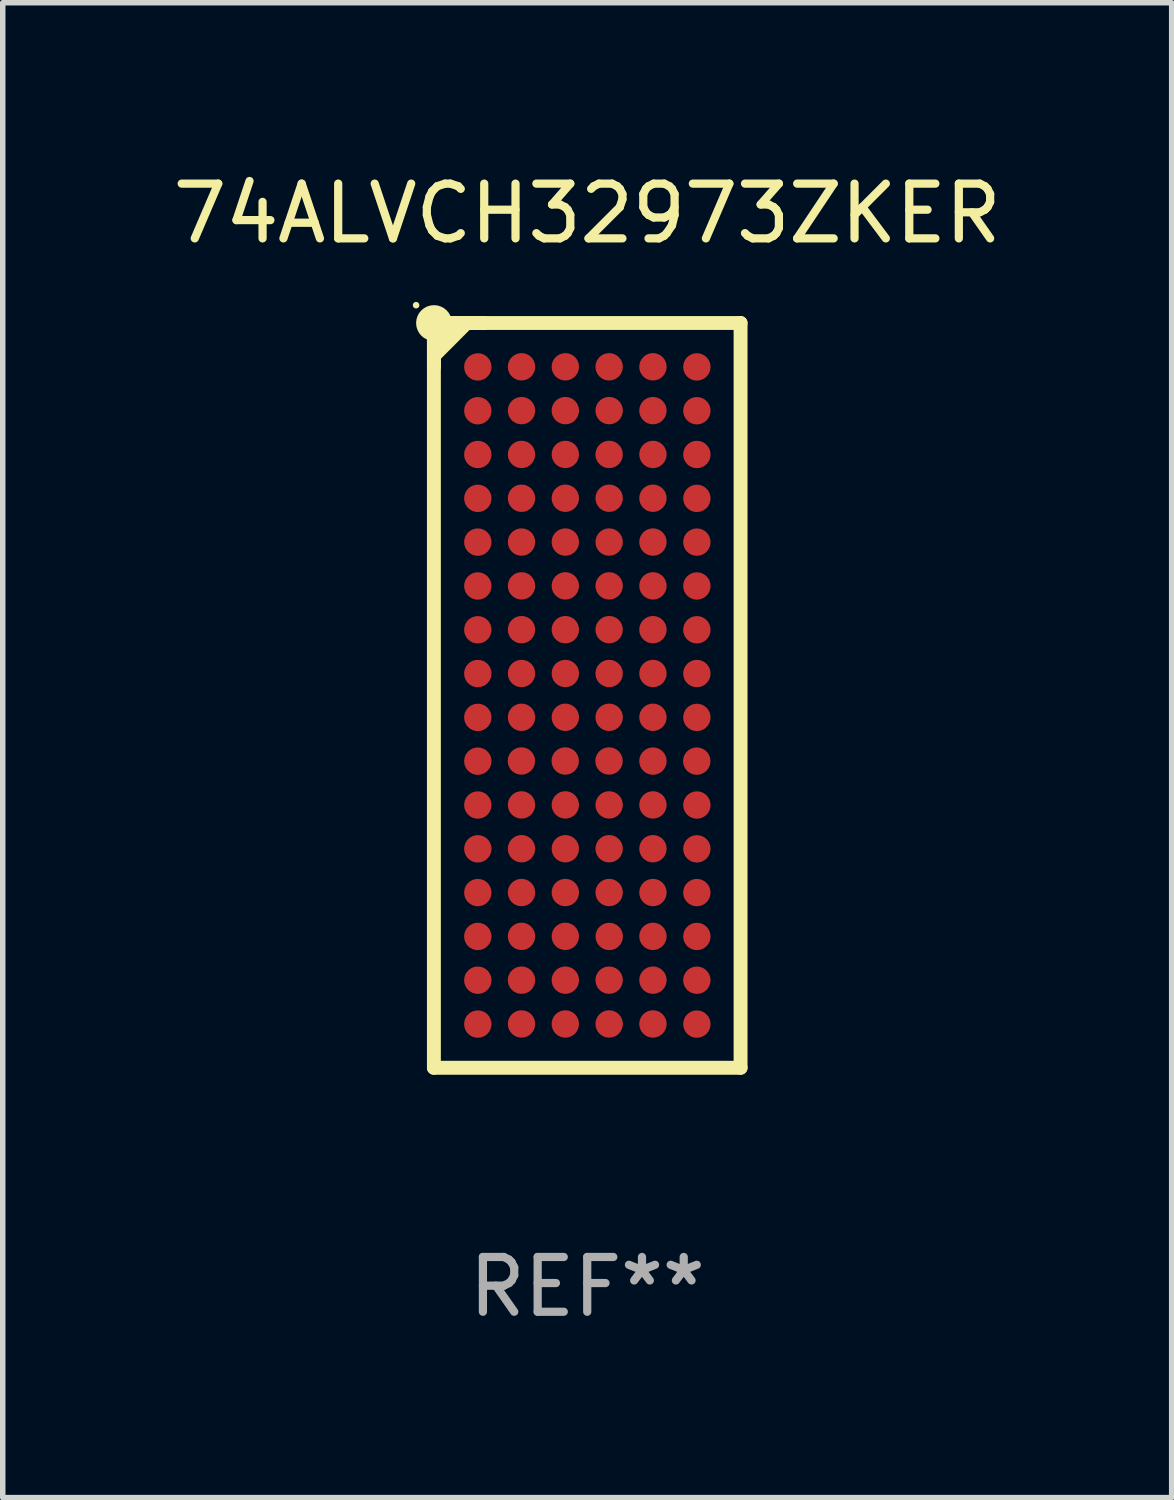
<source format=kicad_pcb>
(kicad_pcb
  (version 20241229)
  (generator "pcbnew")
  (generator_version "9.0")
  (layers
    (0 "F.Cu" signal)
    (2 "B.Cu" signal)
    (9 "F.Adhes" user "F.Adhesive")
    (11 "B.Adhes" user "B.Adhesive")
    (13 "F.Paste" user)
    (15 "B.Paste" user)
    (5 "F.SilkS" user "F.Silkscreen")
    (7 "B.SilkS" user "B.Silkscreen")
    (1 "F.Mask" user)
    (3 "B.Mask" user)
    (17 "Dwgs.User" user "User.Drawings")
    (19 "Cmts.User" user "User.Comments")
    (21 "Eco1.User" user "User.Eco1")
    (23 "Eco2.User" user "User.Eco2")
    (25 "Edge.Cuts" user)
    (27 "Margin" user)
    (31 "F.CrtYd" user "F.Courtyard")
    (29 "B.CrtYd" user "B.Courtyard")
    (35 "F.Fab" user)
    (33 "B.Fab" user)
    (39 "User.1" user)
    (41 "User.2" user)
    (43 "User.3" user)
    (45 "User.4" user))
  (footprint "74ALVCH32973ZKER"
    (layer "F.Cu")
    (at 7.673 9.648)
    (property "Reference" "74ALVCH32973ZKER" (at 0 -8.8 0) (layer "F.SilkS") (effects (font (size 1 1) (thickness 0.15))))
    (attr through_hole)
    (fp_line (start -2.8 -6.8) (end 2.8 -6.8) (stroke (width 0.254) (type solid)) (layer "F.SilkS"))
    (fp_line (start -2.8 6.8) (end -2.8 -6.8) (stroke (width 0.254) (type solid)) (layer "F.SilkS"))
    (fp_line (start -2.799 -6.8) (end -2.799 -6.2) (stroke (width 0.254) (type solid)) (layer "F.SilkS"))
    (fp_line (start -2.799 -6.5) (end -2.4 -6.8) (stroke (width 0.254) (type solid)) (layer "F.SilkS"))
    (fp_line (start -2.799 -6.2) (end -2.202 -6.8) (stroke (width 0.254) (type solid)) (layer "F.SilkS"))
    (fp_line (start -2.799 -5.999) (end -2.799 -6.5) (stroke (width 0.254) (type solid)) (layer "F.SilkS"))
    (fp_line (start -2.202 -6.8) (end -1.999 -6.8) (stroke (width 0.254) (type solid)) (layer "F.SilkS"))
    (fp_line (start -1.9 -6.8) (end -1.9 -6.8) (stroke (width 0.254) (type solid)) (layer "F.SilkS"))
    (fp_line (start -1.9 -6.8) (end -2.799 -6.8) (stroke (width 0.254) (type solid)) (layer "F.SilkS"))
    (fp_line (start 2.8 -6.8) (end 2.8 6.8) (stroke (width 0.254) (type solid)) (layer "F.SilkS"))
    (fp_line (start 2.8 6.8) (end -2.8 6.8) (stroke (width 0.254) (type solid)) (layer "F.SilkS"))
    (fp_circle (center -3.125 -7.125) (end -3.095 -7.125) (stroke (width 0.06) (type solid)) (fill no) (layer "F.SilkS"))
    (fp_circle (center -2.798 -6.799) (end -2.598 -6.799) (stroke (width 0.254) (type solid)) (fill no) (layer "F.SilkS"))
    (fp_text user "REF**" (at 0 10.8 0) (layer "F.Fab") (effects (font (size 1 1) (thickness 0.15))))
    (pad "A1" smd circle (at -1.998 -5.998) (size 0.5 0.5) (layers "F.Cu" "F.Mask" "F.Paste"))
    (pad "A2" smd circle (at -1.2 -6) (size 0.5 0.5) (layers "F.Cu" "F.Mask" "F.Paste"))
    (pad "A3" smd circle (at -0.4 -6) (size 0.5 0.5) (layers "F.Cu" "F.Mask" "F.Paste"))
    (pad "A4" smd circle (at 0.4 -6) (size 0.5 0.5) (layers "F.Cu" "F.Mask" "F.Paste"))
    (pad "A5" smd circle (at 1.2 -6) (size 0.5 0.5) (layers "F.Cu" "F.Mask" "F.Paste"))
    (pad "A6" smd circle (at 2.002 -5.998) (size 0.5 0.5) (layers "F.Cu" "F.Mask" "F.Paste"))
    (pad "B1" smd circle (at -1.998 -5.198) (size 0.5 0.5) (layers "F.Cu" "F.Mask" "F.Paste"))
    (pad "B2" smd circle (at -1.2 -5.2) (size 0.5 0.5) (layers "F.Cu" "F.Mask" "F.Paste"))
    (pad "B3" smd circle (at -0.4 -5.2) (size 0.5 0.5) (layers "F.Cu" "F.Mask" "F.Paste"))
    (pad "B4" smd circle (at 0.4 -5.2) (size 0.5 0.5) (layers "F.Cu" "F.Mask" "F.Paste"))
    (pad "B5" smd circle (at 1.2 -5.2) (size 0.5 0.5) (layers "F.Cu" "F.Mask" "F.Paste"))
    (pad "B6" smd circle (at 2.002 -5.198) (size 0.5 0.5) (layers "F.Cu" "F.Mask" "F.Paste"))
    (pad "C1" smd circle (at -1.998 -4.399) (size 0.5 0.5) (layers "F.Cu" "F.Mask" "F.Paste"))
    (pad "C2" smd circle (at -1.2 -4.4) (size 0.5 0.5) (layers "F.Cu" "F.Mask" "F.Paste"))
    (pad "C3" smd circle (at -0.4 -4.4) (size 0.5 0.5) (layers "F.Cu" "F.Mask" "F.Paste"))
    (pad "C4" smd circle (at 0.4 -4.4) (size 0.5 0.5) (layers "F.Cu" "F.Mask" "F.Paste"))
    (pad "C5" smd circle (at 1.2 -4.4) (size 0.5 0.5) (layers "F.Cu" "F.Mask" "F.Paste"))
    (pad "C6" smd circle (at 2.002 -4.399) (size 0.5 0.5) (layers "F.Cu" "F.Mask" "F.Paste"))
    (pad "D1" smd circle (at -1.998 -3.598) (size 0.5 0.5) (layers "F.Cu" "F.Mask" "F.Paste"))
    (pad "D2" smd circle (at -1.2 -3.6) (size 0.5 0.5) (layers "F.Cu" "F.Mask" "F.Paste"))
    (pad "D3" smd circle (at -0.4 -3.6) (size 0.5 0.5) (layers "F.Cu" "F.Mask" "F.Paste"))
    (pad "D4" smd circle (at 0.4 -3.6) (size 0.5 0.5) (layers "F.Cu" "F.Mask" "F.Paste"))
    (pad "D5" smd circle (at 1.2 -3.6) (size 0.5 0.5) (layers "F.Cu" "F.Mask" "F.Paste"))
    (pad "D6" smd circle (at 2.002 -3.598) (size 0.5 0.5) (layers "F.Cu" "F.Mask" "F.Paste"))
    (pad "E1" smd circle (at -1.998 -2.799) (size 0.5 0.5) (layers "F.Cu" "F.Mask" "F.Paste"))
    (pad "E2" smd circle (at -1.2 -2.8) (size 0.5 0.5) (layers "F.Cu" "F.Mask" "F.Paste"))
    (pad "E3" smd circle (at -0.4 -2.8) (size 0.5 0.5) (layers "F.Cu" "F.Mask" "F.Paste"))
    (pad "E4" smd circle (at 0.4 -2.8) (size 0.5 0.5) (layers "F.Cu" "F.Mask" "F.Paste"))
    (pad "E5" smd circle (at 1.2 -2.8) (size 0.5 0.5) (layers "F.Cu" "F.Mask" "F.Paste"))
    (pad "E6" smd circle (at 2.002 -2.799) (size 0.5 0.5) (layers "F.Cu" "F.Mask" "F.Paste"))
    (pad "F1" smd circle (at -1.998 -1.998) (size 0.5 0.5) (layers "F.Cu" "F.Mask" "F.Paste"))
    (pad "F2" smd circle (at -1.2 -2) (size 0.5 0.5) (layers "F.Cu" "F.Mask" "F.Paste"))
    (pad "F3" smd circle (at -0.4 -2) (size 0.5 0.5) (layers "F.Cu" "F.Mask" "F.Paste"))
    (pad "F4" smd circle (at 0.4 -2) (size 0.5 0.5) (layers "F.Cu" "F.Mask" "F.Paste"))
    (pad "F5" smd circle (at 1.2 -2) (size 0.5 0.5) (layers "F.Cu" "F.Mask" "F.Paste"))
    (pad "F6" smd circle (at 2.002 -1.998) (size 0.5 0.5) (layers "F.Cu" "F.Mask" "F.Paste"))
    (pad "G1" smd circle (at -1.998 -1.198) (size 0.5 0.5) (layers "F.Cu" "F.Mask" "F.Paste"))
    (pad "G2" smd circle (at -1.2 -1.2) (size 0.5 0.5) (layers "F.Cu" "F.Mask" "F.Paste"))
    (pad "G3" smd circle (at -0.4 -1.2) (size 0.5 0.5) (layers "F.Cu" "F.Mask" "F.Paste"))
    (pad "G4" smd circle (at 0.4 -1.2) (size 0.5 0.5) (layers "F.Cu" "F.Mask" "F.Paste"))
    (pad "G5" smd circle (at 1.2 -1.2) (size 0.5 0.5) (layers "F.Cu" "F.Mask" "F.Paste"))
    (pad "G6" smd circle (at 2.002 -1.198) (size 0.5 0.5) (layers "F.Cu" "F.Mask" "F.Paste"))
    (pad "H1" smd circle (at -1.998 -0.399) (size 0.5 0.5) (layers "F.Cu" "F.Mask" "F.Paste"))
    (pad "H2" smd circle (at -1.2 -0.4) (size 0.5 0.5) (layers "F.Cu" "F.Mask" "F.Paste"))
    (pad "H3" smd circle (at -0.4 -0.4) (size 0.5 0.5) (layers "F.Cu" "F.Mask" "F.Paste"))
    (pad "H4" smd circle (at 0.4 -0.4) (size 0.5 0.5) (layers "F.Cu" "F.Mask" "F.Paste"))
    (pad "H5" smd circle (at 1.2 -0.4) (size 0.5 0.5) (layers "F.Cu" "F.Mask" "F.Paste"))
    (pad "H6" smd circle (at 2.002 -0.399) (size 0.5 0.5) (layers "F.Cu" "F.Mask" "F.Paste"))
    (pad "J1" smd circle (at -1.998 0.402) (size 0.5 0.5) (layers "F.Cu" "F.Mask" "F.Paste"))
    (pad "J2" smd circle (at -1.2 0.4) (size 0.5 0.5) (layers "F.Cu" "F.Mask" "F.Paste"))
    (pad "J3" smd circle (at -0.4 0.4) (size 0.5 0.5) (layers "F.Cu" "F.Mask" "F.Paste"))
    (pad "J4" smd circle (at 0.4 0.4) (size 0.5 0.5) (layers "F.Cu" "F.Mask" "F.Paste"))
    (pad "J5" smd circle (at 1.2 0.4) (size 0.5 0.5) (layers "F.Cu" "F.Mask" "F.Paste"))
    (pad "J6" smd circle (at 2.002 0.402) (size 0.5 0.5) (layers "F.Cu" "F.Mask" "F.Paste"))
    (pad "K1" smd circle (at -1.998 1.201) (size 0.5 0.5) (layers "F.Cu" "F.Mask" "F.Paste"))
    (pad "K2" smd circle (at -1.202 1.198) (size 0.5 0.5) (layers "F.Cu" "F.Mask" "F.Paste"))
    (pad "K3" smd circle (at -0.402 1.198) (size 0.5 0.5) (layers "F.Cu" "F.Mask" "F.Paste"))
    (pad "K4" smd circle (at 0.398 1.198) (size 0.5 0.5) (layers "F.Cu" "F.Mask" "F.Paste"))
    (pad "K5" smd circle (at 1.2 1.2) (size 0.5 0.5) (layers "F.Cu" "F.Mask" "F.Paste"))
    (pad "K6" smd circle (at 2 1.2) (size 0.5 0.5) (layers "F.Cu" "F.Mask" "F.Paste"))
    (pad "L1" smd circle (at -1.998 2.002) (size 0.5 0.5) (layers "F.Cu" "F.Mask" "F.Paste"))
    (pad "L2" smd circle (at -1.2 2) (size 0.5 0.5) (layers "F.Cu" "F.Mask" "F.Paste"))
    (pad "L3" smd circle (at -0.4 2) (size 0.5 0.5) (layers "F.Cu" "F.Mask" "F.Paste"))
    (pad "L4" smd circle (at 0.4 2) (size 0.5 0.5) (layers "F.Cu" "F.Mask" "F.Paste"))
    (pad "L5" smd circle (at 1.2 2) (size 0.5 0.5) (layers "F.Cu" "F.Mask" "F.Paste"))
    (pad "L6" smd circle (at 2.002 2.002) (size 0.5 0.5) (layers "F.Cu" "F.Mask" "F.Paste"))
    (pad "M1" smd circle (at -1.998 2.802) (size 0.5 0.5) (layers "F.Cu" "F.Mask" "F.Paste"))
    (pad "M2" smd circle (at -1.2 2.8) (size 0.5 0.5) (layers "F.Cu" "F.Mask" "F.Paste"))
    (pad "M3" smd circle (at -0.4 2.8) (size 0.5 0.5) (layers "F.Cu" "F.Mask" "F.Paste"))
    (pad "M4" smd circle (at 0.4 2.8) (size 0.5 0.5) (layers "F.Cu" "F.Mask" "F.Paste"))
    (pad "M5" smd circle (at 1.2 2.8) (size 0.5 0.5) (layers "F.Cu" "F.Mask" "F.Paste"))
    (pad "M6" smd circle (at 2.002 2.802) (size 0.5 0.5) (layers "F.Cu" "F.Mask" "F.Paste"))
    (pad "N1" smd circle (at -1.998 3.601) (size 0.5 0.5) (layers "F.Cu" "F.Mask" "F.Paste"))
    (pad "N2" smd circle (at -1.2 3.6) (size 0.5 0.5) (layers "F.Cu" "F.Mask" "F.Paste"))
    (pad "N3" smd circle (at -0.4 3.6) (size 0.5 0.5) (layers "F.Cu" "F.Mask" "F.Paste"))
    (pad "N4" smd circle (at 0.4 3.6) (size 0.5 0.5) (layers "F.Cu" "F.Mask" "F.Paste"))
    (pad "N5" smd circle (at 1.2 3.6) (size 0.5 0.5) (layers "F.Cu" "F.Mask" "F.Paste"))
    (pad "N6" smd circle (at 2.002 3.601) (size 0.5 0.5) (layers "F.Cu" "F.Mask" "F.Paste"))
    (pad "P1" smd circle (at -1.998 4.402) (size 0.5 0.5) (layers "F.Cu" "F.Mask" "F.Paste"))
    (pad "P2" smd circle (at -1.2 4.4) (size 0.5 0.5) (layers "F.Cu" "F.Mask" "F.Paste"))
    (pad "P3" smd circle (at -0.4 4.4) (size 0.5 0.5) (layers "F.Cu" "F.Mask" "F.Paste"))
    (pad "P4" smd circle (at 0.402 4.402) (size 0.5 0.5) (layers "F.Cu" "F.Mask" "F.Paste"))
    (pad "P5" smd circle (at 1.2 4.4) (size 0.5 0.5) (layers "F.Cu" "F.Mask" "F.Paste"))
    (pad "P6" smd circle (at 2.002 4.402) (size 0.5 0.5) (layers "F.Cu" "F.Mask" "F.Paste"))
    (pad "R1" smd circle (at -1.998 5.201) (size 0.5 0.5) (layers "F.Cu" "F.Mask" "F.Paste"))
    (pad "R2" smd circle (at -1.2 5.2) (size 0.5 0.5) (layers "F.Cu" "F.Mask" "F.Paste"))
    (pad "R3" smd circle (at -0.4 5.2) (size 0.5 0.5) (layers "F.Cu" "F.Mask" "F.Paste"))
    (pad "R4" smd circle (at 0.4 5.2) (size 0.5 0.5) (layers "F.Cu" "F.Mask" "F.Paste"))
    (pad "R5" smd circle (at 1.2 5.2) (size 0.5 0.5) (layers "F.Cu" "F.Mask" "F.Paste"))
    (pad "R6" smd circle (at 2.002 5.201) (size 0.5 0.5) (layers "F.Cu" "F.Mask" "F.Paste"))
    (pad "T1" smd circle (at -1.998 6.002) (size 0.5 0.5) (layers "F.Cu" "F.Mask" "F.Paste"))
    (pad "T2" smd circle (at -1.2 6) (size 0.5 0.5) (layers "F.Cu" "F.Mask" "F.Paste"))
    (pad "T3" smd circle (at -0.4 6) (size 0.5 0.5) (layers "F.Cu" "F.Mask" "F.Paste"))
    (pad "T4" smd circle (at 0.4 6) (size 0.5 0.5) (layers "F.Cu" "F.Mask" "F.Paste"))
    (pad "T5" smd circle (at 1.2 6) (size 0.5 0.5) (layers "F.Cu" "F.Mask" "F.Paste"))
    (pad "T6" smd circle (at 2.002 6.002) (size 0.5 0.5) (layers "F.Cu" "F.Mask" "F.Paste")))
  (gr_rect
    (start -3 -3)
    (end 18.345 24.297)
    (stroke (width 0.1) (type default))
    (fill no)
    (layer "Edge.Cuts")))
</source>
